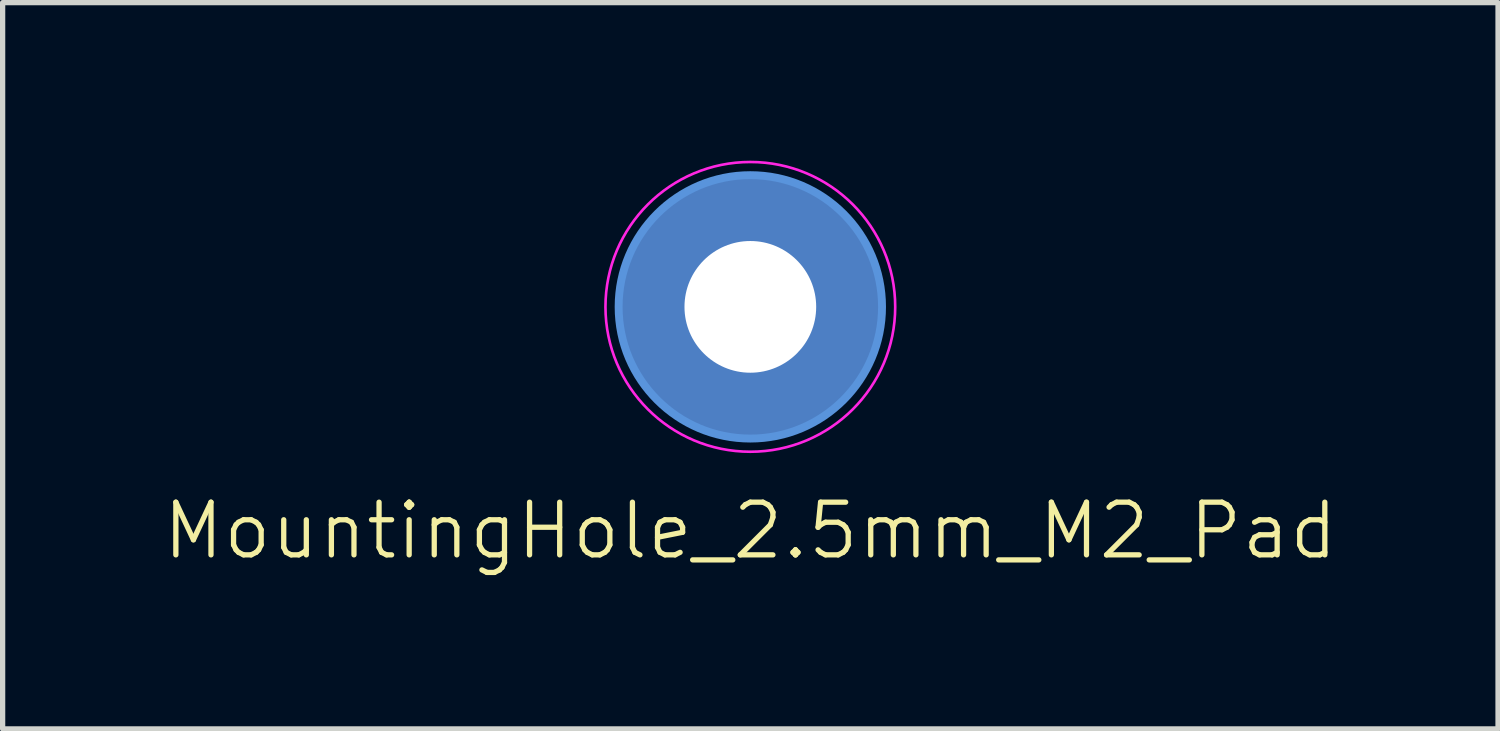
<source format=kicad_pcb>
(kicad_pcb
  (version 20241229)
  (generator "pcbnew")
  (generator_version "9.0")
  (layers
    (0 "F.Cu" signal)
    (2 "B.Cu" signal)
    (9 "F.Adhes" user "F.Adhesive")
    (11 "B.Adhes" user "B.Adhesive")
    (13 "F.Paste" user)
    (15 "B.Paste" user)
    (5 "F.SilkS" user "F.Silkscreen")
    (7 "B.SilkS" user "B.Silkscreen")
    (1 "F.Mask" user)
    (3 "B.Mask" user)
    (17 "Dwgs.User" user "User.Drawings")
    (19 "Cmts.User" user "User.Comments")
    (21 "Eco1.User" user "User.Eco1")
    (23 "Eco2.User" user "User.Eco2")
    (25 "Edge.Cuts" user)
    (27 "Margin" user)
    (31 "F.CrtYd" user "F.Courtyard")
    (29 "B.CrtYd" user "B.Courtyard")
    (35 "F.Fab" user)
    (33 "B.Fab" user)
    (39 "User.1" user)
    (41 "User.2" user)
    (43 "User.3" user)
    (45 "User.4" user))
  (footprint "MountingHole_2.5mm_M2_Pad"
    (layer "F.Cu")
    (at 11.193 2.775)
    (property "Reference" "MountingHole_2.5mm_M2_Pad" (at 0 4.25 0) (unlocked yes) (layer "F.SilkS") (effects (font (size 1 1) (thickness 0.1))))
    (attr smd)
    (fp_circle (center 0 0) (end 2.5 0) (stroke (width 0.15) (type default)) (fill no) (layer "Cmts.User"))
    (fp_circle (center 0 0) (end 2.75 0) (stroke (width 0.05) (type default)) (fill no) (layer "F.CrtYd"))
    (pad "1" thru_hole circle (at 0 0) (size 5 5) (drill 2.5) (layers "*.Cu" "*.Mask")))
  (gr_rect
    (start -3 -3)
    (end 25.386 10.786)
    (stroke (width 0.1) (type default))
    (fill no)
    (layer "Edge.Cuts")))
</source>
